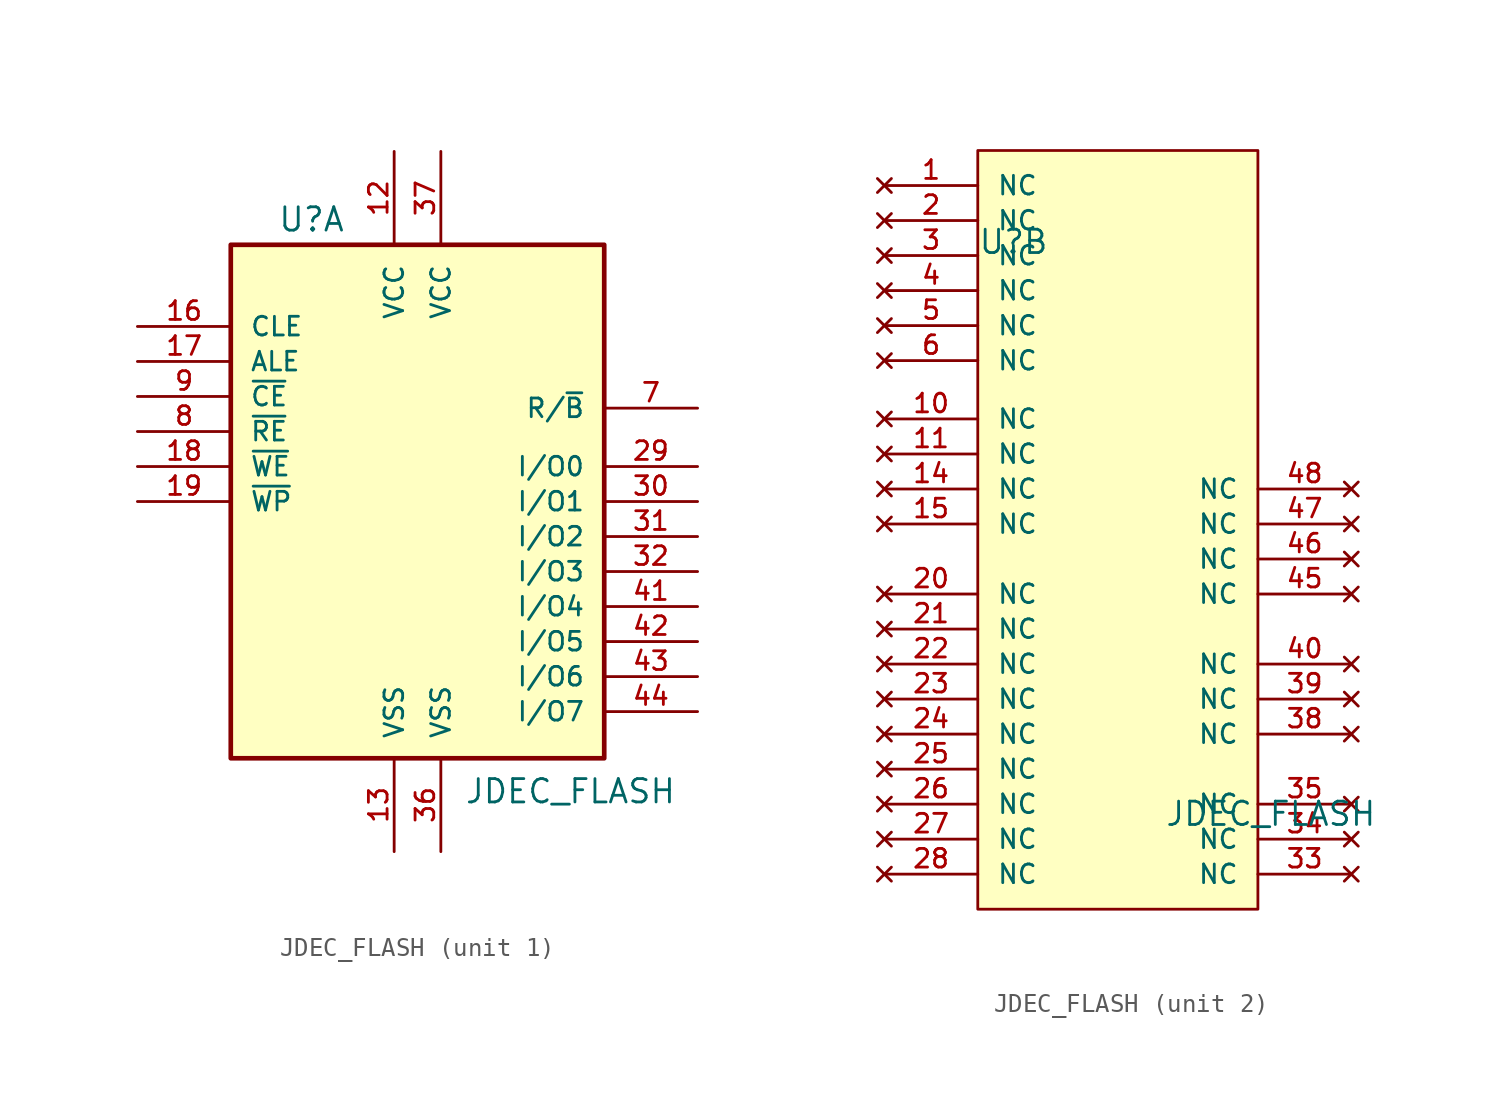
<source format=kicad_sym>
(kicad_symbol_lib
  (version 20211014)
  (generator kicad_symbol_editor)
  (symbol "JDEC_FLASH"
    (pin_names
      (offset 1.016))
    (property "Reference" "U"
      (at -7.62 14.605 0)
      (effects (font (size 1.27 1.27)) (justify left bottom)))
    (property "Value" "JDEC_FLASH"
      (at 2.54 -16.51 0)
      (effects (font (size 1.27 1.27)) (justify left bottom)))
    (property "ki_locked" ""
      (at 0 0 0)
      (effects (font (size 1.27 1.27))))
    (symbol "JDEC_FLASH_1_0"
      (rectangle (start -10.16 13.97) (end 10.16 -13.97) (stroke (width 0.254) (type default) (color 0 0 0 0)) (fill (type background)))
      (pin power_in line (at -1.27 19.05 270) (length 5.08) (name "VCC" (effects (font (size 1.016 1.016)))) (number "12" (effects (font (size 1.016 1.016)))))
      (pin power_in line (at -1.27 -19.05 90) (length 5.08) (name "VSS" (effects (font (size 1.016 1.016)))) (number "13" (effects (font (size 1.016 1.016)))))
      (pin input line (at -15.24 9.525 0) (length 5.08) (name "CLE" (effects (font (size 1.016 1.016)))) (number "16" (effects (font (size 1.016 1.016)))))
      (pin input line (at -15.24 7.62 0) (length 5.08) (name "ALE" (effects (font (size 1.016 1.016)))) (number "17" (effects (font (size 1.016 1.016)))))
      (pin input line (at -15.24 1.905 0) (length 5.08) (name "~{WE}" (effects (font (size 1.016 1.016)))) (number "18" (effects (font (size 1.016 1.016)))))
      (pin input line (at -15.24 0 0) (length 5.08) (name "~{WP}" (effects (font (size 1.016 1.016)))) (number "19" (effects (font (size 1.016 1.016)))))
      (pin bidirectional line (at 15.24 1.905 180) (length 5.08) (name "I/O0" (effects (font (size 1.016 1.016)))) (number "29" (effects (font (size 1.016 1.016)))))
      (pin bidirectional line (at 15.24 0 180) (length 5.08) (name "I/O1" (effects (font (size 1.016 1.016)))) (number "30" (effects (font (size 1.016 1.016)))))
      (pin bidirectional line (at 15.24 -1.905 180) (length 5.08) (name "I/O2" (effects (font (size 1.016 1.016)))) (number "31" (effects (font (size 1.016 1.016)))))
      (pin bidirectional line (at 15.24 -3.81 180) (length 5.08) (name "I/O3" (effects (font (size 1.016 1.016)))) (number "32" (effects (font (size 1.016 1.016)))))
      (pin power_in line (at 1.27 -19.05 90) (length 5.08) (name "VSS" (effects (font (size 1.016 1.016)))) (number "36" (effects (font (size 1.016 1.016)))))
      (pin power_in line (at 1.27 19.05 270) (length 5.08) (name "VCC" (effects (font (size 1.016 1.016)))) (number "37" (effects (font (size 1.016 1.016)))))
      (pin bidirectional line (at 15.24 -5.715 180) (length 5.08) (name "I/O4" (effects (font (size 1.016 1.016)))) (number "41" (effects (font (size 1.016 1.016)))))
      (pin bidirectional line (at 15.24 -7.62 180) (length 5.08) (name "I/O5" (effects (font (size 1.016 1.016)))) (number "42" (effects (font (size 1.016 1.016)))))
      (pin bidirectional line (at 15.24 -9.525 180) (length 5.08) (name "I/O6" (effects (font (size 1.016 1.016)))) (number "43" (effects (font (size 1.016 1.016)))))
      (pin bidirectional line (at 15.24 -11.43 180) (length 5.08) (name "I/O7" (effects (font (size 1.016 1.016)))) (number "44" (effects (font (size 1.016 1.016)))))
      (pin output line (at 15.24 5.08 180) (length 5.08) (name "R/~{B}" (effects (font (size 1.016 1.016)))) (number "7" (effects (font (size 1.016 1.016)))))
      (pin input line (at -15.24 3.81 0) (length 5.08) (name "~{RE}" (effects (font (size 1.016 1.016)))) (number "8" (effects (font (size 1.016 1.016)))))
      (pin input line (at -15.24 5.715 0) (length 5.08) (name "~{CE}" (effects (font (size 1.016 1.016)))) (number "9" (effects (font (size 1.016 1.016))))))
    (symbol "JDEC_FLASH_2_0"
      (rectangle (start -7.62 20.32) (end 7.62 -20.955) (stroke (width 0.152) (type default) (color 0 0 0 0)) (fill (type background)))
      (pin no_connect line (at -12.7 18.415 0) (length 5.08) (name "NC" (effects (font (size 1.016 1.016)))) (number "1" (effects (font (size 1.016 1.016)))))
      (pin no_connect line (at -12.7 5.715 0) (length 5.08) (name "NC" (effects (font (size 1.016 1.016)))) (number "10" (effects (font (size 1.016 1.016)))))
      (pin no_connect line (at -12.7 3.81 0) (length 5.08) (name "NC" (effects (font (size 1.016 1.016)))) (number "11" (effects (font (size 1.016 1.016)))))
      (pin no_connect line (at -12.7 1.905 0) (length 5.08) (name "NC" (effects (font (size 1.016 1.016)))) (number "14" (effects (font (size 1.016 1.016)))))
      (pin no_connect line (at -12.7 0 0) (length 5.08) (name "NC" (effects (font (size 1.016 1.016)))) (number "15" (effects (font (size 1.016 1.016)))))
      (pin no_connect line (at -12.7 16.51 0) (length 5.08) (name "NC" (effects (font (size 1.016 1.016)))) (number "2" (effects (font (size 1.016 1.016)))))
      (pin no_connect line (at -12.7 -3.81 0) (length 5.08) (name "NC" (effects (font (size 1.016 1.016)))) (number "20" (effects (font (size 1.016 1.016)))))
      (pin no_connect line (at -12.7 -5.715 0) (length 5.08) (name "NC" (effects (font (size 1.016 1.016)))) (number "21" (effects (font (size 1.016 1.016)))))
      (pin no_connect line (at -12.7 -7.62 0) (length 5.08) (name "NC" (effects (font (size 1.016 1.016)))) (number "22" (effects (font (size 1.016 1.016)))))
      (pin no_connect line (at -12.7 -9.525 0) (length 5.08) (name "NC" (effects (font (size 1.016 1.016)))) (number "23" (effects (font (size 1.016 1.016)))))
      (pin no_connect line (at -12.7 -11.43 0) (length 5.08) (name "NC" (effects (font (size 1.016 1.016)))) (number "24" (effects (font (size 1.016 1.016)))))
      (pin no_connect line (at -12.7 -13.335 0) (length 5.08) (name "NC" (effects (font (size 1.016 1.016)))) (number "25" (effects (font (size 1.016 1.016)))))
      (pin no_connect line (at -12.7 -15.24 0) (length 5.08) (name "NC" (effects (font (size 1.016 1.016)))) (number "26" (effects (font (size 1.016 1.016)))))
      (pin no_connect line (at -12.7 -17.145 0) (length 5.08) (name "NC" (effects (font (size 1.016 1.016)))) (number "27" (effects (font (size 1.016 1.016)))))
      (pin no_connect line (at -12.7 -19.05 0) (length 5.08) (name "NC" (effects (font (size 1.016 1.016)))) (number "28" (effects (font (size 1.016 1.016)))))
      (pin no_connect line (at -12.7 14.605 0) (length 5.08) (name "NC" (effects (font (size 1.016 1.016)))) (number "3" (effects (font (size 1.016 1.016)))))
      (pin no_connect line (at 12.7 -19.05 180) (length 5.08) (name "NC" (effects (font (size 1.016 1.016)))) (number "33" (effects (font (size 1.016 1.016)))))
      (pin no_connect line (at 12.7 -17.145 180) (length 5.08) (name "NC" (effects (font (size 1.016 1.016)))) (number "34" (effects (font (size 1.016 1.016)))))
      (pin no_connect line (at 12.7 -15.24 180) (length 5.08) (name "NC" (effects (font (size 1.016 1.016)))) (number "35" (effects (font (size 1.016 1.016)))))
      (pin no_connect line (at 12.7 -11.43 180) (length 5.08) (name "NC" (effects (font (size 1.016 1.016)))) (number "38" (effects (font (size 1.016 1.016)))))
      (pin no_connect line (at 12.7 -9.525 180) (length 5.08) (name "NC" (effects (font (size 1.016 1.016)))) (number "39" (effects (font (size 1.016 1.016)))))
      (pin no_connect line (at -12.7 12.7 0) (length 5.08) (name "NC" (effects (font (size 1.016 1.016)))) (number "4" (effects (font (size 1.016 1.016)))))
      (pin no_connect line (at 12.7 -7.62 180) (length 5.08) (name "NC" (effects (font (size 1.016 1.016)))) (number "40" (effects (font (size 1.016 1.016)))))
      (pin no_connect line (at 12.7 -3.81 180) (length 5.08) (name "NC" (effects (font (size 1.016 1.016)))) (number "45" (effects (font (size 1.016 1.016)))))
      (pin no_connect line (at 12.7 -1.905 180) (length 5.08) (name "NC" (effects (font (size 1.016 1.016)))) (number "46" (effects (font (size 1.016 1.016)))))
      (pin no_connect line (at 12.7 0 180) (length 5.08) (name "NC" (effects (font (size 1.016 1.016)))) (number "47" (effects (font (size 1.016 1.016)))))
      (pin no_connect line (at 12.7 1.905 180) (length 5.08) (name "NC" (effects (font (size 1.016 1.016)))) (number "48" (effects (font (size 1.016 1.016)))))
      (pin no_connect line (at -12.7 10.795 0) (length 5.08) (name "NC" (effects (font (size 1.016 1.016)))) (number "5" (effects (font (size 1.016 1.016)))))
      (pin no_connect line (at -12.7 8.89 0) (length 5.08) (name "NC" (effects (font (size 1.016 1.016)))) (number "6" (effects (font (size 1.016 1.016))))))))
</source>
